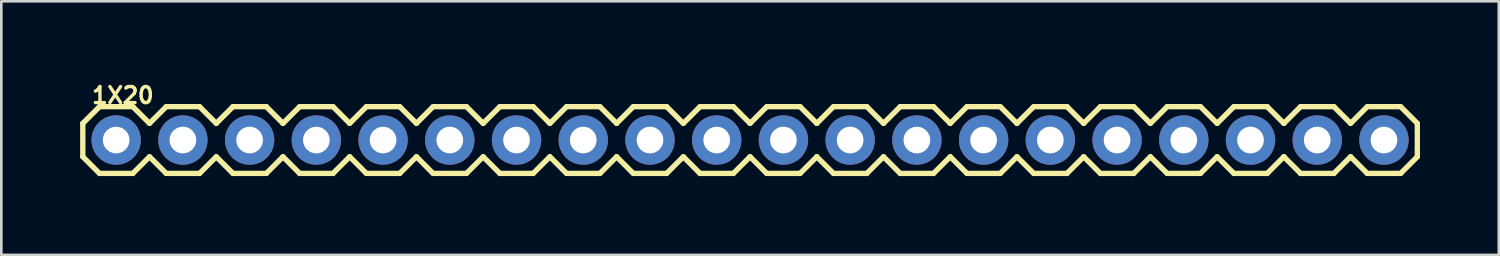
<source format=kicad_pcb>
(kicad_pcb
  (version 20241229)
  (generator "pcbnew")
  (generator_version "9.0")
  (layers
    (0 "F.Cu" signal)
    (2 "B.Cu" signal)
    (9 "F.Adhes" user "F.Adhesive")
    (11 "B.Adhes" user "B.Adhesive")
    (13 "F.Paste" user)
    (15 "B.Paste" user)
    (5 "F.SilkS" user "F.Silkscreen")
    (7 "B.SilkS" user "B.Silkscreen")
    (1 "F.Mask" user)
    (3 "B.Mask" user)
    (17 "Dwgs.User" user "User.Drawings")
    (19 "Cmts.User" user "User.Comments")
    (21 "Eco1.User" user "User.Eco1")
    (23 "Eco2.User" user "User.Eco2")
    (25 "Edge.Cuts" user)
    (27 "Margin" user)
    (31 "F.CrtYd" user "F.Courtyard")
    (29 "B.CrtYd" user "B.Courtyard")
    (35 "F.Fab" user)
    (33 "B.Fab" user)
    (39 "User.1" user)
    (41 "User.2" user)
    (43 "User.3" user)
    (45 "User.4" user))
  (footprint "1X20"
    (layer "F.Cu")
    (at 1.372 2.281)
    (property "Reference" "1X20" (at 0.254 -1.702 0) (layer "F.SilkS") (effects (font (size 0.61 0.61) (thickness 0.127))))
    (attr exclude_from_pos_files exclude_from_bom)
    (fp_line (start -1.27 -0.635) (end -1.27 0.635) (stroke (width 0.203) (type solid)) (layer "F.SilkS"))
    (fp_line (start -1.27 0.635) (end -0.635 1.27) (stroke (width 0.203) (type solid)) (layer "F.SilkS"))
    (fp_line (start -0.635 -1.27) (end -1.27 -0.635) (stroke (width 0.203) (type solid)) (layer "F.SilkS"))
    (fp_line (start -0.635 -1.27) (end 0.635 -1.27) (stroke (width 0.203) (type solid)) (layer "F.SilkS"))
    (fp_line (start 0.635 -1.27) (end 1.27 -0.635) (stroke (width 0.203) (type solid)) (layer "F.SilkS"))
    (fp_line (start 0.635 1.27) (end -0.635 1.27) (stroke (width 0.203) (type solid)) (layer "F.SilkS"))
    (fp_line (start 1.27 -0.635) (end 1.905 -1.27) (stroke (width 0.203) (type solid)) (layer "F.SilkS"))
    (fp_line (start 1.27 0.635) (end 0.635 1.27) (stroke (width 0.203) (type solid)) (layer "F.SilkS"))
    (fp_line (start 1.905 -1.27) (end 3.175 -1.27) (stroke (width 0.203) (type solid)) (layer "F.SilkS"))
    (fp_line (start 1.905 1.27) (end 1.27 0.635) (stroke (width 0.203) (type solid)) (layer "F.SilkS"))
    (fp_line (start 3.175 -1.27) (end 3.81 -0.635) (stroke (width 0.203) (type solid)) (layer "F.SilkS"))
    (fp_line (start 3.175 1.27) (end 1.905 1.27) (stroke (width 0.203) (type solid)) (layer "F.SilkS"))
    (fp_line (start 3.81 -0.635) (end 4.445 -1.27) (stroke (width 0.203) (type solid)) (layer "F.SilkS"))
    (fp_line (start 3.81 0.635) (end 3.175 1.27) (stroke (width 0.203) (type solid)) (layer "F.SilkS"))
    (fp_line (start 4.445 -1.27) (end 5.715 -1.27) (stroke (width 0.203) (type solid)) (layer "F.SilkS"))
    (fp_line (start 4.445 1.27) (end 3.81 0.635) (stroke (width 0.203) (type solid)) (layer "F.SilkS"))
    (fp_line (start 5.715 -1.27) (end 6.35 -0.635) (stroke (width 0.203) (type solid)) (layer "F.SilkS"))
    (fp_line (start 5.715 1.27) (end 4.445 1.27) (stroke (width 0.203) (type solid)) (layer "F.SilkS"))
    (fp_line (start 6.35 0.635) (end 5.715 1.27) (stroke (width 0.203) (type solid)) (layer "F.SilkS"))
    (fp_line (start 6.35 0.635) (end 6.985 1.27) (stroke (width 0.203) (type solid)) (layer "F.SilkS"))
    (fp_line (start 6.985 -1.27) (end 6.35 -0.635) (stroke (width 0.203) (type solid)) (layer "F.SilkS"))
    (fp_line (start 6.985 -1.27) (end 8.255 -1.27) (stroke (width 0.203) (type solid)) (layer "F.SilkS"))
    (fp_line (start 8.255 -1.27) (end 8.89 -0.635) (stroke (width 0.203) (type solid)) (layer "F.SilkS"))
    (fp_line (start 8.255 1.27) (end 6.985 1.27) (stroke (width 0.203) (type solid)) (layer "F.SilkS"))
    (fp_line (start 8.89 -0.635) (end 9.525 -1.27) (stroke (width 0.203) (type solid)) (layer "F.SilkS"))
    (fp_line (start 8.89 0.635) (end 8.255 1.27) (stroke (width 0.203) (type solid)) (layer "F.SilkS"))
    (fp_line (start 9.525 -1.27) (end 10.795 -1.27) (stroke (width 0.203) (type solid)) (layer "F.SilkS"))
    (fp_line (start 9.525 1.27) (end 8.89 0.635) (stroke (width 0.203) (type solid)) (layer "F.SilkS"))
    (fp_line (start 10.795 -1.27) (end 11.43 -0.635) (stroke (width 0.203) (type solid)) (layer "F.SilkS"))
    (fp_line (start 10.795 1.27) (end 9.525 1.27) (stroke (width 0.203) (type solid)) (layer "F.SilkS"))
    (fp_line (start 11.43 -0.635) (end 12.065 -1.27) (stroke (width 0.203) (type solid)) (layer "F.SilkS"))
    (fp_line (start 11.43 0.635) (end 10.795 1.27) (stroke (width 0.203) (type solid)) (layer "F.SilkS"))
    (fp_line (start 12.065 -1.27) (end 13.335 -1.27) (stroke (width 0.203) (type solid)) (layer "F.SilkS"))
    (fp_line (start 12.065 1.27) (end 11.43 0.635) (stroke (width 0.203) (type solid)) (layer "F.SilkS"))
    (fp_line (start 13.335 -1.27) (end 13.97 -0.635) (stroke (width 0.203) (type solid)) (layer "F.SilkS"))
    (fp_line (start 13.335 1.27) (end 12.065 1.27) (stroke (width 0.203) (type solid)) (layer "F.SilkS"))
    (fp_line (start 13.97 0.635) (end 13.335 1.27) (stroke (width 0.203) (type solid)) (layer "F.SilkS"))
    (fp_line (start 13.97 0.635) (end 14.605 1.27) (stroke (width 0.203) (type solid)) (layer "F.SilkS"))
    (fp_line (start 14.605 -1.27) (end 13.97 -0.635) (stroke (width 0.203) (type solid)) (layer "F.SilkS"))
    (fp_line (start 14.605 -1.27) (end 15.875 -1.27) (stroke (width 0.203) (type solid)) (layer "F.SilkS"))
    (fp_line (start 15.875 -1.27) (end 16.51 -0.635) (stroke (width 0.203) (type solid)) (layer "F.SilkS"))
    (fp_line (start 15.875 1.27) (end 14.605 1.27) (stroke (width 0.203) (type solid)) (layer "F.SilkS"))
    (fp_line (start 16.51 0.635) (end 15.875 1.27) (stroke (width 0.203) (type solid)) (layer "F.SilkS"))
    (fp_line (start 16.51 0.635) (end 17.145 1.27) (stroke (width 0.203) (type solid)) (layer "F.SilkS"))
    (fp_line (start 17.145 -1.27) (end 16.51 -0.635) (stroke (width 0.203) (type solid)) (layer "F.SilkS"))
    (fp_line (start 17.145 -1.27) (end 18.415 -1.27) (stroke (width 0.203) (type solid)) (layer "F.SilkS"))
    (fp_line (start 18.415 -1.27) (end 19.05 -0.635) (stroke (width 0.203) (type solid)) (layer "F.SilkS"))
    (fp_line (start 18.415 1.27) (end 17.145 1.27) (stroke (width 0.203) (type solid)) (layer "F.SilkS"))
    (fp_line (start 19.05 -0.635) (end 19.685 -1.27) (stroke (width 0.203) (type solid)) (layer "F.SilkS"))
    (fp_line (start 19.05 0.635) (end 18.415 1.27) (stroke (width 0.203) (type solid)) (layer "F.SilkS"))
    (fp_line (start 19.685 -1.27) (end 20.955 -1.27) (stroke (width 0.203) (type solid)) (layer "F.SilkS"))
    (fp_line (start 19.685 1.27) (end 19.05 0.635) (stroke (width 0.203) (type solid)) (layer "F.SilkS"))
    (fp_line (start 20.955 -1.27) (end 21.59 -0.635) (stroke (width 0.203) (type solid)) (layer "F.SilkS"))
    (fp_line (start 20.955 1.27) (end 19.685 1.27) (stroke (width 0.203) (type solid)) (layer "F.SilkS"))
    (fp_line (start 21.59 -0.635) (end 22.225 -1.27) (stroke (width 0.203) (type solid)) (layer "F.SilkS"))
    (fp_line (start 21.59 0.635) (end 20.955 1.27) (stroke (width 0.203) (type solid)) (layer "F.SilkS"))
    (fp_line (start 22.225 -1.27) (end 23.495 -1.27) (stroke (width 0.203) (type solid)) (layer "F.SilkS"))
    (fp_line (start 22.225 1.27) (end 21.59 0.635) (stroke (width 0.203) (type solid)) (layer "F.SilkS"))
    (fp_line (start 23.495 -1.27) (end 24.13 -0.635) (stroke (width 0.203) (type solid)) (layer "F.SilkS"))
    (fp_line (start 23.495 1.27) (end 22.225 1.27) (stroke (width 0.203) (type solid)) (layer "F.SilkS"))
    (fp_line (start 24.13 0.635) (end 23.495 1.27) (stroke (width 0.203) (type solid)) (layer "F.SilkS"))
    (fp_line (start 24.13 0.635) (end 24.765 1.27) (stroke (width 0.203) (type solid)) (layer "F.SilkS"))
    (fp_line (start 24.765 -1.27) (end 24.13 -0.635) (stroke (width 0.203) (type solid)) (layer "F.SilkS"))
    (fp_line (start 24.765 -1.27) (end 26.035 -1.27) (stroke (width 0.203) (type solid)) (layer "F.SilkS"))
    (fp_line (start 26.035 -1.27) (end 26.67 -0.635) (stroke (width 0.203) (type solid)) (layer "F.SilkS"))
    (fp_line (start 26.035 1.27) (end 24.765 1.27) (stroke (width 0.203) (type solid)) (layer "F.SilkS"))
    (fp_line (start 26.67 -0.635) (end 27.305 -1.27) (stroke (width 0.203) (type solid)) (layer "F.SilkS"))
    (fp_line (start 26.67 0.635) (end 26.035 1.27) (stroke (width 0.203) (type solid)) (layer "F.SilkS"))
    (fp_line (start 27.305 -1.27) (end 28.575 -1.27) (stroke (width 0.203) (type solid)) (layer "F.SilkS"))
    (fp_line (start 27.305 1.27) (end 26.67 0.635) (stroke (width 0.203) (type solid)) (layer "F.SilkS"))
    (fp_line (start 28.575 -1.27) (end 29.21 -0.635) (stroke (width 0.203) (type solid)) (layer "F.SilkS"))
    (fp_line (start 28.575 1.27) (end 27.305 1.27) (stroke (width 0.203) (type solid)) (layer "F.SilkS"))
    (fp_line (start 29.21 -0.635) (end 29.845 -1.27) (stroke (width 0.203) (type solid)) (layer "F.SilkS"))
    (fp_line (start 29.21 0.635) (end 28.575 1.27) (stroke (width 0.203) (type solid)) (layer "F.SilkS"))
    (fp_line (start 29.845 -1.27) (end 31.115 -1.27) (stroke (width 0.203) (type solid)) (layer "F.SilkS"))
    (fp_line (start 29.845 1.27) (end 29.21 0.635) (stroke (width 0.203) (type solid)) (layer "F.SilkS"))
    (fp_line (start 31.115 -1.27) (end 31.75 -0.635) (stroke (width 0.203) (type solid)) (layer "F.SilkS"))
    (fp_line (start 31.115 1.27) (end 29.845 1.27) (stroke (width 0.203) (type solid)) (layer "F.SilkS"))
    (fp_line (start 31.75 0.635) (end 31.115 1.27) (stroke (width 0.203) (type solid)) (layer "F.SilkS"))
    (fp_line (start 31.75 0.635) (end 32.385 1.27) (stroke (width 0.203) (type solid)) (layer "F.SilkS"))
    (fp_line (start 32.385 -1.27) (end 31.75 -0.635) (stroke (width 0.203) (type solid)) (layer "F.SilkS"))
    (fp_line (start 32.385 -1.27) (end 33.655 -1.27) (stroke (width 0.203) (type solid)) (layer "F.SilkS"))
    (fp_line (start 33.655 -1.27) (end 34.29 -0.635) (stroke (width 0.203) (type solid)) (layer "F.SilkS"))
    (fp_line (start 33.655 1.27) (end 32.385 1.27) (stroke (width 0.203) (type solid)) (layer "F.SilkS"))
    (fp_line (start 34.29 0.635) (end 33.655 1.27) (stroke (width 0.203) (type solid)) (layer "F.SilkS"))
    (fp_line (start 34.29 0.635) (end 34.925 1.27) (stroke (width 0.203) (type solid)) (layer "F.SilkS"))
    (fp_line (start 34.925 -1.27) (end 34.29 -0.635) (stroke (width 0.203) (type solid)) (layer "F.SilkS"))
    (fp_line (start 34.925 -1.27) (end 36.195 -1.27) (stroke (width 0.203) (type solid)) (layer "F.SilkS"))
    (fp_line (start 36.195 -1.27) (end 36.83 -0.635) (stroke (width 0.203) (type solid)) (layer "F.SilkS"))
    (fp_line (start 36.195 1.27) (end 34.925 1.27) (stroke (width 0.203) (type solid)) (layer "F.SilkS"))
    (fp_line (start 36.83 0.635) (end 36.195 1.27) (stroke (width 0.203) (type solid)) (layer "F.SilkS"))
    (fp_line (start 36.83 0.635) (end 37.465 1.27) (stroke (width 0.203) (type solid)) (layer "F.SilkS"))
    (fp_line (start 37.465 -1.27) (end 36.83 -0.635) (stroke (width 0.203) (type solid)) (layer "F.SilkS"))
    (fp_line (start 37.465 -1.27) (end 38.735 -1.27) (stroke (width 0.203) (type solid)) (layer "F.SilkS"))
    (fp_line (start 38.735 -1.27) (end 39.37 -0.635) (stroke (width 0.203) (type solid)) (layer "F.SilkS"))
    (fp_line (start 38.735 1.27) (end 37.465 1.27) (stroke (width 0.203) (type solid)) (layer "F.SilkS"))
    (fp_line (start 39.37 0.635) (end 38.735 1.27) (stroke (width 0.203) (type solid)) (layer "F.SilkS"))
    (fp_line (start 39.37 0.635) (end 40.005 1.27) (stroke (width 0.203) (type solid)) (layer "F.SilkS"))
    (fp_line (start 40.005 -1.27) (end 39.37 -0.635) (stroke (width 0.203) (type solid)) (layer "F.SilkS"))
    (fp_line (start 40.005 -1.27) (end 41.275 -1.27) (stroke (width 0.203) (type solid)) (layer "F.SilkS"))
    (fp_line (start 41.275 -1.27) (end 41.91 -0.635) (stroke (width 0.203) (type solid)) (layer "F.SilkS"))
    (fp_line (start 41.275 1.27) (end 40.005 1.27) (stroke (width 0.203) (type solid)) (layer "F.SilkS"))
    (fp_line (start 41.91 0.635) (end 41.275 1.27) (stroke (width 0.203) (type solid)) (layer "F.SilkS"))
    (fp_line (start 41.91 0.635) (end 42.545 1.27) (stroke (width 0.203) (type solid)) (layer "F.SilkS"))
    (fp_line (start 42.545 -1.27) (end 41.91 -0.635) (stroke (width 0.203) (type solid)) (layer "F.SilkS"))
    (fp_line (start 42.545 -1.27) (end 43.815 -1.27) (stroke (width 0.203) (type solid)) (layer "F.SilkS"))
    (fp_line (start 43.815 -1.27) (end 44.45 -0.635) (stroke (width 0.203) (type solid)) (layer "F.SilkS"))
    (fp_line (start 43.815 1.27) (end 42.545 1.27) (stroke (width 0.203) (type solid)) (layer "F.SilkS"))
    (fp_line (start 44.45 0.635) (end 43.815 1.27) (stroke (width 0.203) (type solid)) (layer "F.SilkS"))
    (fp_line (start 44.45 0.635) (end 45.085 1.27) (stroke (width 0.203) (type solid)) (layer "F.SilkS"))
    (fp_line (start 45.085 -1.27) (end 44.45 -0.635) (stroke (width 0.203) (type solid)) (layer "F.SilkS"))
    (fp_line (start 45.085 -1.27) (end 46.355 -1.27) (stroke (width 0.203) (type solid)) (layer "F.SilkS"))
    (fp_line (start 46.355 -1.27) (end 46.99 -0.635) (stroke (width 0.203) (type solid)) (layer "F.SilkS"))
    (fp_line (start 46.355 1.27) (end 45.085 1.27) (stroke (width 0.203) (type solid)) (layer "F.SilkS"))
    (fp_line (start 46.99 0.635) (end 46.355 1.27) (stroke (width 0.203) (type solid)) (layer "F.SilkS"))
    (fp_line (start 46.99 0.635) (end 47.625 1.27) (stroke (width 0.203) (type solid)) (layer "F.SilkS"))
    (fp_line (start 47.625 -1.27) (end 46.99 -0.635) (stroke (width 0.203) (type solid)) (layer "F.SilkS"))
    (fp_line (start 47.625 -1.27) (end 48.895 -1.27) (stroke (width 0.203) (type solid)) (layer "F.SilkS"))
    (fp_line (start 48.895 -1.27) (end 49.53 -0.635) (stroke (width 0.203) (type solid)) (layer "F.SilkS"))
    (fp_line (start 48.895 1.27) (end 47.625 1.27) (stroke (width 0.203) (type solid)) (layer "F.SilkS"))
    (fp_line (start 49.53 -0.635) (end 49.53 0.635) (stroke (width 0.203) (type solid)) (layer "F.SilkS"))
    (fp_line (start 49.53 0.635) (end 48.895 1.27) (stroke (width 0.203) (type solid)) (layer "F.SilkS"))
    (fp_line (start -0.254 -0.254) (end 0.254 -0.254) (stroke (width 0.066) (type solid)) (layer "Dwgs.User"))
    (fp_line (start -0.254 0.254) (end -0.254 -0.254) (stroke (width 0.066) (type solid)) (layer "Dwgs.User"))
    (fp_line (start -0.254 0.254) (end 0.254 0.254) (stroke (width 0.066) (type solid)) (layer "Dwgs.User"))
    (fp_line (start 0.254 0.254) (end 0.254 -0.254) (stroke (width 0.066) (type solid)) (layer "Dwgs.User"))
    (fp_line (start 2.286 -0.254) (end 2.794 -0.254) (stroke (width 0.066) (type solid)) (layer "Dwgs.User"))
    (fp_line (start 2.286 0.254) (end 2.286 -0.254) (stroke (width 0.066) (type solid)) (layer "Dwgs.User"))
    (fp_line (start 2.286 0.254) (end 2.794 0.254) (stroke (width 0.066) (type solid)) (layer "Dwgs.User"))
    (fp_line (start 2.794 0.254) (end 2.794 -0.254) (stroke (width 0.066) (type solid)) (layer "Dwgs.User"))
    (fp_line (start 4.826 -0.254) (end 5.334 -0.254) (stroke (width 0.066) (type solid)) (layer "Dwgs.User"))
    (fp_line (start 4.826 0.254) (end 4.826 -0.254) (stroke (width 0.066) (type solid)) (layer "Dwgs.User"))
    (fp_line (start 4.826 0.254) (end 5.334 0.254) (stroke (width 0.066) (type solid)) (layer "Dwgs.User"))
    (fp_line (start 5.334 0.254) (end 5.334 -0.254) (stroke (width 0.066) (type solid)) (layer "Dwgs.User"))
    (fp_line (start 7.366 -0.254) (end 7.874 -0.254) (stroke (width 0.066) (type solid)) (layer "Dwgs.User"))
    (fp_line (start 7.366 0.254) (end 7.366 -0.254) (stroke (width 0.066) (type solid)) (layer "Dwgs.User"))
    (fp_line (start 7.366 0.254) (end 7.874 0.254) (stroke (width 0.066) (type solid)) (layer "Dwgs.User"))
    (fp_line (start 7.874 0.254) (end 7.874 -0.254) (stroke (width 0.066) (type solid)) (layer "Dwgs.User"))
    (fp_line (start 9.906 -0.254) (end 10.414 -0.254) (stroke (width 0.066) (type solid)) (layer "Dwgs.User"))
    (fp_line (start 9.906 0.254) (end 9.906 -0.254) (stroke (width 0.066) (type solid)) (layer "Dwgs.User"))
    (fp_line (start 9.906 0.254) (end 10.414 0.254) (stroke (width 0.066) (type solid)) (layer "Dwgs.User"))
    (fp_line (start 10.414 0.254) (end 10.414 -0.254) (stroke (width 0.066) (type solid)) (layer "Dwgs.User"))
    (fp_line (start 12.446 -0.254) (end 12.954 -0.254) (stroke (width 0.066) (type solid)) (layer "Dwgs.User"))
    (fp_line (start 12.446 0.254) (end 12.446 -0.254) (stroke (width 0.066) (type solid)) (layer "Dwgs.User"))
    (fp_line (start 12.446 0.254) (end 12.954 0.254) (stroke (width 0.066) (type solid)) (layer "Dwgs.User"))
    (fp_line (start 12.954 0.254) (end 12.954 -0.254) (stroke (width 0.066) (type solid)) (layer "Dwgs.User"))
    (fp_line (start 14.986 -0.254) (end 15.494 -0.254) (stroke (width 0.066) (type solid)) (layer "Dwgs.User"))
    (fp_line (start 14.986 0.254) (end 14.986 -0.254) (stroke (width 0.066) (type solid)) (layer "Dwgs.User"))
    (fp_line (start 14.986 0.254) (end 15.494 0.254) (stroke (width 0.066) (type solid)) (layer "Dwgs.User"))
    (fp_line (start 15.494 0.254) (end 15.494 -0.254) (stroke (width 0.066) (type solid)) (layer "Dwgs.User"))
    (fp_line (start 17.523 -0.254) (end 18.034 -0.254) (stroke (width 0.066) (type solid)) (layer "Dwgs.User"))
    (fp_line (start 17.523 0.254) (end 17.523 -0.254) (stroke (width 0.066) (type solid)) (layer "Dwgs.User"))
    (fp_line (start 17.523 0.254) (end 18.034 0.254) (stroke (width 0.066) (type solid)) (layer "Dwgs.User"))
    (fp_line (start 18.034 0.254) (end 18.034 -0.254) (stroke (width 0.066) (type solid)) (layer "Dwgs.User"))
    (fp_line (start 20.066 -0.254) (end 20.574 -0.254) (stroke (width 0.066) (type solid)) (layer "Dwgs.User"))
    (fp_line (start 20.066 0.254) (end 20.066 -0.254) (stroke (width 0.066) (type solid)) (layer "Dwgs.User"))
    (fp_line (start 20.066 0.254) (end 20.574 0.254) (stroke (width 0.066) (type solid)) (layer "Dwgs.User"))
    (fp_line (start 20.574 0.254) (end 20.574 -0.254) (stroke (width 0.066) (type solid)) (layer "Dwgs.User"))
    (fp_line (start 22.606 -0.254) (end 23.114 -0.254) (stroke (width 0.066) (type solid)) (layer "Dwgs.User"))
    (fp_line (start 22.606 0.254) (end 22.606 -0.254) (stroke (width 0.066) (type solid)) (layer "Dwgs.User"))
    (fp_line (start 22.606 0.254) (end 23.114 0.254) (stroke (width 0.066) (type solid)) (layer "Dwgs.User"))
    (fp_line (start 23.114 0.254) (end 23.114 -0.254) (stroke (width 0.066) (type solid)) (layer "Dwgs.User"))
    (fp_line (start 25.146 -0.254) (end 25.654 -0.254) (stroke (width 0.066) (type solid)) (layer "Dwgs.User"))
    (fp_line (start 25.146 0.254) (end 25.146 -0.254) (stroke (width 0.066) (type solid)) (layer "Dwgs.User"))
    (fp_line (start 25.146 0.254) (end 25.654 0.254) (stroke (width 0.066) (type solid)) (layer "Dwgs.User"))
    (fp_line (start 25.654 0.254) (end 25.654 -0.254) (stroke (width 0.066) (type solid)) (layer "Dwgs.User"))
    (fp_line (start 27.686 -0.254) (end 28.194 -0.254) (stroke (width 0.066) (type solid)) (layer "Dwgs.User"))
    (fp_line (start 27.686 0.254) (end 27.686 -0.254) (stroke (width 0.066) (type solid)) (layer "Dwgs.User"))
    (fp_line (start 27.686 0.254) (end 28.194 0.254) (stroke (width 0.066) (type solid)) (layer "Dwgs.User"))
    (fp_line (start 28.194 0.254) (end 28.194 -0.254) (stroke (width 0.066) (type solid)) (layer "Dwgs.User"))
    (fp_line (start 30.226 -0.254) (end 30.734 -0.254) (stroke (width 0.066) (type solid)) (layer "Dwgs.User"))
    (fp_line (start 30.226 0.254) (end 30.226 -0.254) (stroke (width 0.066) (type solid)) (layer "Dwgs.User"))
    (fp_line (start 30.226 0.254) (end 30.734 0.254) (stroke (width 0.066) (type solid)) (layer "Dwgs.User"))
    (fp_line (start 30.734 0.254) (end 30.734 -0.254) (stroke (width 0.066) (type solid)) (layer "Dwgs.User"))
    (fp_line (start 32.766 -0.254) (end 33.274 -0.254) (stroke (width 0.066) (type solid)) (layer "Dwgs.User"))
    (fp_line (start 32.766 0.254) (end 32.766 -0.254) (stroke (width 0.066) (type solid)) (layer "Dwgs.User"))
    (fp_line (start 32.766 0.254) (end 33.274 0.254) (stroke (width 0.066) (type solid)) (layer "Dwgs.User"))
    (fp_line (start 33.274 0.254) (end 33.274 -0.254) (stroke (width 0.066) (type solid)) (layer "Dwgs.User"))
    (fp_line (start 35.303 -0.254) (end 35.814 -0.254) (stroke (width 0.066) (type solid)) (layer "Dwgs.User"))
    (fp_line (start 35.303 0.254) (end 35.303 -0.254) (stroke (width 0.066) (type solid)) (layer "Dwgs.User"))
    (fp_line (start 35.303 0.254) (end 35.814 0.254) (stroke (width 0.066) (type solid)) (layer "Dwgs.User"))
    (fp_line (start 35.814 0.254) (end 35.814 -0.254) (stroke (width 0.066) (type solid)) (layer "Dwgs.User"))
    (fp_line (start 37.846 -0.254) (end 38.354 -0.254) (stroke (width 0.066) (type solid)) (layer "Dwgs.User"))
    (fp_line (start 37.846 0.254) (end 37.846 -0.254) (stroke (width 0.066) (type solid)) (layer "Dwgs.User"))
    (fp_line (start 37.846 0.254) (end 38.354 0.254) (stroke (width 0.066) (type solid)) (layer "Dwgs.User"))
    (fp_line (start 38.354 0.254) (end 38.354 -0.254) (stroke (width 0.066) (type solid)) (layer "Dwgs.User"))
    (fp_line (start 40.386 -0.254) (end 40.894 -0.254) (stroke (width 0.066) (type solid)) (layer "Dwgs.User"))
    (fp_line (start 40.386 0.254) (end 40.386 -0.254) (stroke (width 0.066) (type solid)) (layer "Dwgs.User"))
    (fp_line (start 40.386 0.254) (end 40.894 0.254) (stroke (width 0.066) (type solid)) (layer "Dwgs.User"))
    (fp_line (start 40.894 0.254) (end 40.894 -0.254) (stroke (width 0.066) (type solid)) (layer "Dwgs.User"))
    (fp_line (start 42.926 -0.254) (end 43.434 -0.254) (stroke (width 0.066) (type solid)) (layer "Dwgs.User"))
    (fp_line (start 42.926 0.254) (end 42.926 -0.254) (stroke (width 0.066) (type solid)) (layer "Dwgs.User"))
    (fp_line (start 42.926 0.254) (end 43.434 0.254) (stroke (width 0.066) (type solid)) (layer "Dwgs.User"))
    (fp_line (start 43.434 0.254) (end 43.434 -0.254) (stroke (width 0.066) (type solid)) (layer "Dwgs.User"))
    (fp_line (start 45.466 -0.254) (end 45.974 -0.254) (stroke (width 0.066) (type solid)) (layer "Dwgs.User"))
    (fp_line (start 45.466 0.254) (end 45.466 -0.254) (stroke (width 0.066) (type solid)) (layer "Dwgs.User"))
    (fp_line (start 45.466 0.254) (end 45.974 0.254) (stroke (width 0.066) (type solid)) (layer "Dwgs.User"))
    (fp_line (start 45.974 0.254) (end 45.974 -0.254) (stroke (width 0.066) (type solid)) (layer "Dwgs.User"))
    (fp_line (start 48.006 -0.254) (end 48.514 -0.254) (stroke (width 0.066) (type solid)) (layer "Dwgs.User"))
    (fp_line (start 48.006 0.254) (end 48.006 -0.254) (stroke (width 0.066) (type solid)) (layer "Dwgs.User"))
    (fp_line (start 48.006 0.254) (end 48.514 0.254) (stroke (width 0.066) (type solid)) (layer "Dwgs.User"))
    (fp_line (start 48.514 0.254) (end 48.514 -0.254) (stroke (width 0.066) (type solid)) (layer "Dwgs.User"))
    (pad "1" thru_hole circle (at 0 0) (size 1.88 1.88) (drill 1.016) (layers "*.Cu" "*.Paste" "*.Mask"))
    (pad "2" thru_hole circle (at 2.54 0) (size 1.88 1.88) (drill 1.016) (layers "*.Cu" "*.Paste" "*.Mask"))
    (pad "3" thru_hole circle (at 5.08 0) (size 1.88 1.88) (drill 1.016) (layers "*.Cu" "*.Paste" "*.Mask"))
    (pad "4" thru_hole circle (at 7.62 0) (size 1.88 1.88) (drill 1.016) (layers "*.Cu" "*.Paste" "*.Mask"))
    (pad "5" thru_hole circle (at 10.16 0) (size 1.88 1.88) (drill 1.016) (layers "*.Cu" "*.Paste" "*.Mask"))
    (pad "6" thru_hole circle (at 12.7 0) (size 1.88 1.88) (drill 1.016) (layers "*.Cu" "*.Paste" "*.Mask"))
    (pad "7" thru_hole circle (at 15.24 0) (size 1.88 1.88) (drill 1.016) (layers "*.Cu" "*.Paste" "*.Mask"))
    (pad "8" thru_hole circle (at 17.78 0) (size 1.88 1.88) (drill 1.016) (layers "*.Cu" "*.Paste" "*.Mask"))
    (pad "9" thru_hole circle (at 20.32 0) (size 1.88 1.88) (drill 1.016) (layers "*.Cu" "*.Paste" "*.Mask"))
    (pad "10" thru_hole circle (at 22.86 0) (size 1.88 1.88) (drill 1.016) (layers "*.Cu" "*.Paste" "*.Mask"))
    (pad "11" thru_hole circle (at 25.4 0) (size 1.88 1.88) (drill 1.016) (layers "*.Cu" "*.Paste" "*.Mask"))
    (pad "12" thru_hole circle (at 27.94 0) (size 1.88 1.88) (drill 1.016) (layers "*.Cu" "*.Paste" "*.Mask"))
    (pad "13" thru_hole circle (at 30.48 0) (size 1.88 1.88) (drill 1.016) (layers "*.Cu" "*.Paste" "*.Mask"))
    (pad "14" thru_hole circle (at 33.02 0) (size 1.88 1.88) (drill 1.016) (layers "*.Cu" "*.Paste" "*.Mask"))
    (pad "15" thru_hole circle (at 35.56 0) (size 1.88 1.88) (drill 1.016) (layers "*.Cu" "*.Paste" "*.Mask"))
    (pad "16" thru_hole circle (at 38.1 0) (size 1.88 1.88) (drill 1.016) (layers "*.Cu" "*.Paste" "*.Mask"))
    (pad "17" thru_hole circle (at 40.64 0) (size 1.88 1.88) (drill 1.016) (layers "*.Cu" "*.Paste" "*.Mask"))
    (pad "18" thru_hole circle (at 43.18 0) (size 1.88 1.88) (drill 1.016) (layers "*.Cu" "*.Paste" "*.Mask"))
    (pad "19" thru_hole circle (at 45.72 0) (size 1.88 1.88) (drill 1.016) (layers "*.Cu" "*.Paste" "*.Mask"))
    (pad "20" thru_hole circle (at 48.26 0) (size 1.88 1.88) (drill 1.016) (layers "*.Cu" "*.Paste" "*.Mask")))
  (gr_rect
    (start -3 -3)
    (end 54.003 6.653)
    (stroke (width 0.1) (type default))
    (fill no)
    (layer "Edge.Cuts")))
</source>
